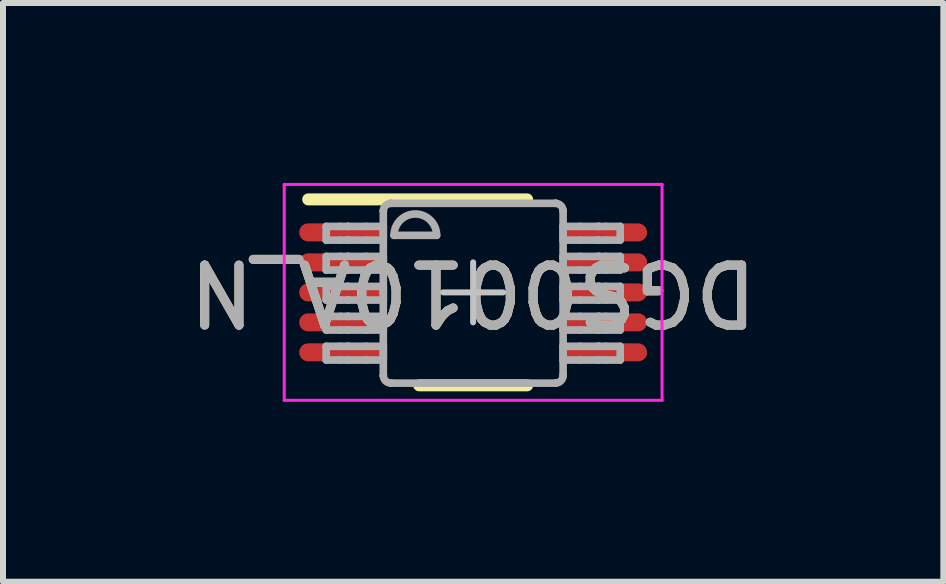
<source format=kicad_pcb>
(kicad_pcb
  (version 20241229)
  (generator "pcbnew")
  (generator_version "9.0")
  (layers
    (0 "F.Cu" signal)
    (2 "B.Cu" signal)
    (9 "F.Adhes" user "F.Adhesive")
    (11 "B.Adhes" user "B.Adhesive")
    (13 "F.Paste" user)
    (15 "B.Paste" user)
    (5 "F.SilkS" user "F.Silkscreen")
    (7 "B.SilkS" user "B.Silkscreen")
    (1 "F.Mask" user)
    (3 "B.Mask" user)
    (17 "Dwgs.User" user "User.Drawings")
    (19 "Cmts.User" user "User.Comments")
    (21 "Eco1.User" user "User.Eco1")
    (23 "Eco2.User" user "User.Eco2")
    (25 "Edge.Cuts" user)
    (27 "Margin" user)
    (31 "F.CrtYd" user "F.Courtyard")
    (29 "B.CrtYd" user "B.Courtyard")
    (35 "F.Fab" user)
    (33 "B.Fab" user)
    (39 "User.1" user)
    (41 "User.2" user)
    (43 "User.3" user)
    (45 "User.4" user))
  (footprint "DGS0010A_N"
    (layer "F.Cu")
    (at 4.839 1.825)
    (property "Reference" "DGS0010A_N" (at 0 0 180) (unlocked yes) (layer "F.SilkS") (effects (font (size 1 1) (thickness 0.15))))
    (attr smd)
    (fp_line (start -2.75 -1.55) (end 0.9 -1.55) (stroke (width 0.2) (type solid)) (layer "F.SilkS"))
    (fp_line (start -0.9 1.55) (end 0.9 1.55) (stroke (width 0.2) (type solid)) (layer "F.SilkS"))
    (fp_line (start -0.5 0) (end 0.5 0) (stroke (width 0.1) (type solid)) (layer "Dwgs.User"))
    (fp_line (start -0.000003 0.5) (end -0.000003 -0.5) (stroke (width 0.1) (type solid)) (layer "Dwgs.User"))
    (fp_line (start -3.15 -1.8) (end 3.15 -1.8) (stroke (width 0.05) (type solid)) (layer "F.CrtYd"))
    (fp_line (start -3.15 1.8) (end -3.15 -1.8) (stroke (width 0.05) (type solid)) (layer "F.CrtYd"))
    (fp_line (start -3.15 1.8) (end 3.15 1.8) (stroke (width 0.05) (type solid)) (layer "F.CrtYd"))
    (fp_line (start 3.15 1.8) (end 3.15 -1.8) (stroke (width 0.05) (type solid)) (layer "F.CrtYd"))
    (fp_line (start -2.45 -1.1) (end -2.21 -1.1) (stroke (width 0.127) (type solid)) (layer "F.Fab"))
    (fp_line (start -2.45 -0.871) (end -2.45 -1.1) (stroke (width 0.127) (type solid)) (layer "F.Fab"))
    (fp_line (start -2.45 -0.871) (end -2.21 -0.871) (stroke (width 0.127) (type solid)) (layer "F.Fab"))
    (fp_line (start -2.45 -0.6) (end -2.21 -0.6) (stroke (width 0.127) (type solid)) (layer "F.Fab"))
    (fp_line (start -2.45 -0.372) (end -2.45 -0.6) (stroke (width 0.127) (type solid)) (layer "F.Fab"))
    (fp_line (start -2.45 -0.372) (end -2.21 -0.372) (stroke (width 0.127) (type solid)) (layer "F.Fab"))
    (fp_line (start -2.45 -0.1) (end -2.21 -0.1) (stroke (width 0.127) (type solid)) (layer "F.Fab"))
    (fp_line (start -2.45 0.128) (end -2.45 -0.1) (stroke (width 0.127) (type solid)) (layer "F.Fab"))
    (fp_line (start -2.45 0.128) (end -2.21 0.128) (stroke (width 0.127) (type solid)) (layer "F.Fab"))
    (fp_line (start -2.45 0.4) (end -2.21 0.4) (stroke (width 0.127) (type solid)) (layer "F.Fab"))
    (fp_line (start -2.45 0.628) (end -2.45 0.4) (stroke (width 0.127) (type solid)) (layer "F.Fab"))
    (fp_line (start -2.45 0.628) (end -2.21 0.628) (stroke (width 0.127) (type solid)) (layer "F.Fab"))
    (fp_line (start -2.45 0.899) (end -2.21 0.899) (stroke (width 0.127) (type solid)) (layer "F.Fab"))
    (fp_line (start -2.45 1.128) (end -2.45 0.899) (stroke (width 0.127) (type solid)) (layer "F.Fab"))
    (fp_line (start -2.45 1.128) (end -2.21 1.128) (stroke (width 0.127) (type solid)) (layer "F.Fab"))
    (fp_line (start -2.21 -1.1) (end -2.09 -1.1) (stroke (width 0.127) (type solid)) (layer "F.Fab"))
    (fp_line (start -2.21 -0.871) (end -2.09 -0.871) (stroke (width 0.127) (type solid)) (layer "F.Fab"))
    (fp_line (start -2.21 -0.6) (end -2.09 -0.6) (stroke (width 0.127) (type solid)) (layer "F.Fab"))
    (fp_line (start -2.21 -0.372) (end -2.09 -0.372) (stroke (width 0.127) (type solid)) (layer "F.Fab"))
    (fp_line (start -2.21 -0.1) (end -2.09 -0.1) (stroke (width 0.127) (type solid)) (layer "F.Fab"))
    (fp_line (start -2.21 0.128) (end -2.09 0.128) (stroke (width 0.127) (type solid)) (layer "F.Fab"))
    (fp_line (start -2.21 0.4) (end -2.09 0.4) (stroke (width 0.127) (type solid)) (layer "F.Fab"))
    (fp_line (start -2.21 0.628) (end -2.09 0.628) (stroke (width 0.127) (type solid)) (layer "F.Fab"))
    (fp_line (start -2.21 0.899) (end -2.09 0.899) (stroke (width 0.127) (type solid)) (layer "F.Fab"))
    (fp_line (start -2.21 1.128) (end -2.09 1.128) (stroke (width 0.127) (type solid)) (layer "F.Fab"))
    (fp_line (start -2.09 -1.1) (end -2.087 -1.1) (stroke (width 0.127) (type solid)) (layer "F.Fab"))
    (fp_line (start -2.09 -0.871) (end -2.087 -0.871) (stroke (width 0.127) (type solid)) (layer "F.Fab"))
    (fp_line (start -2.09 -0.6) (end -2.087 -0.6) (stroke (width 0.127) (type solid)) (layer "F.Fab"))
    (fp_line (start -2.09 -0.372) (end -2.087 -0.372) (stroke (width 0.127) (type solid)) (layer "F.Fab"))
    (fp_line (start -2.09 -0.1) (end -2.087 -0.1) (stroke (width 0.127) (type solid)) (layer "F.Fab"))
    (fp_line (start -2.09 0.128) (end -2.087 0.128) (stroke (width 0.127) (type solid)) (layer "F.Fab"))
    (fp_line (start -2.09 0.4) (end -2.087 0.4) (stroke (width 0.127) (type solid)) (layer "F.Fab"))
    (fp_line (start -2.09 0.628) (end -2.087 0.628) (stroke (width 0.127) (type solid)) (layer "F.Fab"))
    (fp_line (start -2.09 0.899) (end -2.087 0.899) (stroke (width 0.127) (type solid)) (layer "F.Fab"))
    (fp_line (start -2.09 1.128) (end -2.087 1.128) (stroke (width 0.127) (type solid)) (layer "F.Fab"))
    (fp_line (start -2.087 -1.1) (end -1.784 -1.1) (stroke (width 0.127) (type solid)) (layer "F.Fab"))
    (fp_line (start -2.087 -0.871) (end -1.784 -0.871) (stroke (width 0.127) (type solid)) (layer "F.Fab"))
    (fp_line (start -2.087 -0.6) (end -1.784 -0.6) (stroke (width 0.127) (type solid)) (layer "F.Fab"))
    (fp_line (start -2.087 -0.372) (end -1.784 -0.372) (stroke (width 0.127) (type solid)) (layer "F.Fab"))
    (fp_line (start -2.087 -0.1) (end -1.784 -0.1) (stroke (width 0.127) (type solid)) (layer "F.Fab"))
    (fp_line (start -2.087 0.128) (end -1.784 0.128) (stroke (width 0.127) (type solid)) (layer "F.Fab"))
    (fp_line (start -2.087 0.4) (end -1.784 0.4) (stroke (width 0.127) (type solid)) (layer "F.Fab"))
    (fp_line (start -2.087 0.628) (end -1.784 0.628) (stroke (width 0.127) (type solid)) (layer "F.Fab"))
    (fp_line (start -2.087 0.899) (end -1.784 0.899) (stroke (width 0.127) (type solid)) (layer "F.Fab"))
    (fp_line (start -2.087 1.128) (end -1.784 1.128) (stroke (width 0.127) (type solid)) (layer "F.Fab"))
    (fp_line (start -1.784 -1.1) (end -1.498 -1.1) (stroke (width 0.127) (type solid)) (layer "F.Fab"))
    (fp_line (start -1.784 -0.871) (end -1.498 -0.871) (stroke (width 0.127) (type solid)) (layer "F.Fab"))
    (fp_line (start -1.784 -0.6) (end -1.498 -0.6) (stroke (width 0.127) (type solid)) (layer "F.Fab"))
    (fp_line (start -1.784 -0.372) (end -1.498 -0.372) (stroke (width 0.127) (type solid)) (layer "F.Fab"))
    (fp_line (start -1.784 -0.1) (end -1.498 -0.1) (stroke (width 0.127) (type solid)) (layer "F.Fab"))
    (fp_line (start -1.784 0.128) (end -1.498 0.128) (stroke (width 0.127) (type solid)) (layer "F.Fab"))
    (fp_line (start -1.784 0.4) (end -1.498 0.4) (stroke (width 0.127) (type solid)) (layer "F.Fab"))
    (fp_line (start -1.784 0.628) (end -1.498 0.628) (stroke (width 0.127) (type solid)) (layer "F.Fab"))
    (fp_line (start -1.784 0.899) (end -1.498 0.899) (stroke (width 0.127) (type solid)) (layer "F.Fab"))
    (fp_line (start -1.784 1.128) (end -1.498 1.128) (stroke (width 0.127) (type solid)) (layer "F.Fab"))
    (fp_line (start -1.498 -1.358) (end -1.497 -1.36) (stroke (width 0.127) (type solid)) (layer "F.Fab"))
    (fp_line (start -1.498 -0.871) (end -1.498 -1.1) (stroke (width 0.127) (type solid)) (layer "F.Fab"))
    (fp_line (start -1.498 -0.372) (end -1.498 -0.6) (stroke (width 0.127) (type solid)) (layer "F.Fab"))
    (fp_line (start -1.498 0.128) (end -1.498 -0.1) (stroke (width 0.127) (type solid)) (layer "F.Fab"))
    (fp_line (start -1.498 0.628) (end -1.498 0.4) (stroke (width 0.127) (type solid)) (layer "F.Fab"))
    (fp_line (start -1.498 1.128) (end -1.498 0.899) (stroke (width 0.127) (type solid)) (layer "F.Fab"))
    (fp_line (start -1.498 1.386) (end -1.498 -1.358) (stroke (width 0.127) (type solid)) (layer "F.Fab"))
    (fp_line (start -1.498 1.386) (end -1.497 1.388) (stroke (width 0.127) (type solid)) (layer "F.Fab"))
    (fp_line (start -1.373 -1.485) (end -1.371 -1.485) (stroke (width 0.127) (type solid)) (layer "F.Fab"))
    (fp_line (start -1.373 1.513) (end -1.371 1.513) (stroke (width 0.127) (type solid)) (layer "F.Fab"))
    (fp_line (start -1.371 -1.485) (end 1.373 -1.485) (stroke (width 0.127) (type solid)) (layer "F.Fab"))
    (fp_line (start -1.371 1.513) (end 1.373 1.513) (stroke (width 0.127) (type solid)) (layer "F.Fab"))
    (fp_line (start -1.32 -0.951) (end -0.609 -0.951) (stroke (width 0.127) (type solid)) (layer "F.Fab"))
    (fp_line (start 1.373 -1.485) (end 1.375 -1.485) (stroke (width 0.127) (type solid)) (layer "F.Fab"))
    (fp_line (start 1.373 1.513) (end 1.375 1.513) (stroke (width 0.127) (type solid)) (layer "F.Fab"))
    (fp_line (start 1.5 -1.36) (end 1.5 -1.358) (stroke (width 0.127) (type solid)) (layer "F.Fab"))
    (fp_line (start 1.5 1.388) (end 1.5 1.386) (stroke (width 0.127) (type solid)) (layer "F.Fab"))
    (fp_line (start 1.5 -1.1) (end 1.786 -1.1) (stroke (width 0.127) (type solid)) (layer "F.Fab"))
    (fp_line (start 1.5 -0.871) (end 1.5 -1.1) (stroke (width 0.127) (type solid)) (layer "F.Fab"))
    (fp_line (start 1.5 -0.871) (end 1.786 -0.871) (stroke (width 0.127) (type solid)) (layer "F.Fab"))
    (fp_line (start 1.5 -0.6) (end 1.786 -0.6) (stroke (width 0.127) (type solid)) (layer "F.Fab"))
    (fp_line (start 1.5 -0.372) (end 1.5 -0.6) (stroke (width 0.127) (type solid)) (layer "F.Fab"))
    (fp_line (start 1.5 -0.372) (end 1.786 -0.372) (stroke (width 0.127) (type solid)) (layer "F.Fab"))
    (fp_line (start 1.5 -0.1) (end 1.786 -0.1) (stroke (width 0.127) (type solid)) (layer "F.Fab"))
    (fp_line (start 1.5 0.128) (end 1.5 -0.1) (stroke (width 0.127) (type solid)) (layer "F.Fab"))
    (fp_line (start 1.5 0.128) (end 1.786 0.128) (stroke (width 0.127) (type solid)) (layer "F.Fab"))
    (fp_line (start 1.5 0.4) (end 1.786 0.4) (stroke (width 0.127) (type solid)) (layer "F.Fab"))
    (fp_line (start 1.5 0.628) (end 1.5 0.4) (stroke (width 0.127) (type solid)) (layer "F.Fab"))
    (fp_line (start 1.5 0.628) (end 1.786 0.628) (stroke (width 0.127) (type solid)) (layer "F.Fab"))
    (fp_line (start 1.5 0.899) (end 1.786 0.899) (stroke (width 0.127) (type solid)) (layer "F.Fab"))
    (fp_line (start 1.5 1.128) (end 1.5 0.899) (stroke (width 0.127) (type solid)) (layer "F.Fab"))
    (fp_line (start 1.5 1.128) (end 1.786 1.128) (stroke (width 0.127) (type solid)) (layer "F.Fab"))
    (fp_line (start 1.5 1.386) (end 1.5 -1.358) (stroke (width 0.127) (type solid)) (layer "F.Fab"))
    (fp_line (start 1.786 -1.1) (end 2.089 -1.1) (stroke (width 0.127) (type solid)) (layer "F.Fab"))
    (fp_line (start 1.786 -0.871) (end 2.089 -0.871) (stroke (width 0.127) (type solid)) (layer "F.Fab"))
    (fp_line (start 1.786 -0.6) (end 2.089 -0.6) (stroke (width 0.127) (type solid)) (layer "F.Fab"))
    (fp_line (start 1.786 -0.372) (end 2.089 -0.372) (stroke (width 0.127) (type solid)) (layer "F.Fab"))
    (fp_line (start 1.786 -0.1) (end 2.089 -0.1) (stroke (width 0.127) (type solid)) (layer "F.Fab"))
    (fp_line (start 1.786 0.128) (end 2.089 0.128) (stroke (width 0.127) (type solid)) (layer "F.Fab"))
    (fp_line (start 1.786 0.4) (end 2.089 0.4) (stroke (width 0.127) (type solid)) (layer "F.Fab"))
    (fp_line (start 1.786 0.628) (end 2.089 0.628) (stroke (width 0.127) (type solid)) (layer "F.Fab"))
    (fp_line (start 1.786 0.899) (end 2.089 0.899) (stroke (width 0.127) (type solid)) (layer "F.Fab"))
    (fp_line (start 1.786 1.128) (end 2.089 1.128) (stroke (width 0.127) (type solid)) (layer "F.Fab"))
    (fp_line (start 2.089 -1.1) (end 2.093 -1.1) (stroke (width 0.127) (type solid)) (layer "F.Fab"))
    (fp_line (start 2.089 -0.871) (end 2.093 -0.871) (stroke (width 0.127) (type solid)) (layer "F.Fab"))
    (fp_line (start 2.089 -0.6) (end 2.093 -0.6) (stroke (width 0.127) (type solid)) (layer "F.Fab"))
    (fp_line (start 2.089 -0.372) (end 2.093 -0.372) (stroke (width 0.127) (type solid)) (layer "F.Fab"))
    (fp_line (start 2.089 -0.1) (end 2.093 -0.1) (stroke (width 0.127) (type solid)) (layer "F.Fab"))
    (fp_line (start 2.089 0.128) (end 2.093 0.128) (stroke (width 0.127) (type solid)) (layer "F.Fab"))
    (fp_line (start 2.089 0.4) (end 2.093 0.4) (stroke (width 0.127) (type solid)) (layer "F.Fab"))
    (fp_line (start 2.089 0.628) (end 2.093 0.628) (stroke (width 0.127) (type solid)) (layer "F.Fab"))
    (fp_line (start 2.089 0.899) (end 2.093 0.899) (stroke (width 0.127) (type solid)) (layer "F.Fab"))
    (fp_line (start 2.089 1.128) (end 2.093 1.128) (stroke (width 0.127) (type solid)) (layer "F.Fab"))
    (fp_line (start 2.093 -1.1) (end 2.213 -1.1) (stroke (width 0.127) (type solid)) (layer "F.Fab"))
    (fp_line (start 2.093 -0.871) (end 2.213 -0.871) (stroke (width 0.127) (type solid)) (layer "F.Fab"))
    (fp_line (start 2.093 -0.6) (end 2.213 -0.6) (stroke (width 0.127) (type solid)) (layer "F.Fab"))
    (fp_line (start 2.093 -0.372) (end 2.213 -0.372) (stroke (width 0.127) (type solid)) (layer "F.Fab"))
    (fp_line (start 2.093 -0.1) (end 2.213 -0.1) (stroke (width 0.127) (type solid)) (layer "F.Fab"))
    (fp_line (start 2.093 0.128) (end 2.213 0.128) (stroke (width 0.127) (type solid)) (layer "F.Fab"))
    (fp_line (start 2.093 0.4) (end 2.213 0.4) (stroke (width 0.127) (type solid)) (layer "F.Fab"))
    (fp_line (start 2.093 0.628) (end 2.213 0.628) (stroke (width 0.127) (type solid)) (layer "F.Fab"))
    (fp_line (start 2.093 0.899) (end 2.213 0.899) (stroke (width 0.127) (type solid)) (layer "F.Fab"))
    (fp_line (start 2.093 1.128) (end 2.213 1.128) (stroke (width 0.127) (type solid)) (layer "F.Fab"))
    (fp_line (start 2.213 -1.1) (end 2.452 -1.1) (stroke (width 0.127) (type solid)) (layer "F.Fab"))
    (fp_line (start 2.213 -0.871) (end 2.452 -0.871) (stroke (width 0.127) (type solid)) (layer "F.Fab"))
    (fp_line (start 2.213 -0.6) (end 2.452 -0.6) (stroke (width 0.127) (type solid)) (layer "F.Fab"))
    (fp_line (start 2.213 -0.372) (end 2.452 -0.372) (stroke (width 0.127) (type solid)) (layer "F.Fab"))
    (fp_line (start 2.213 -0.1) (end 2.452 -0.1) (stroke (width 0.127) (type solid)) (layer "F.Fab"))
    (fp_line (start 2.213 0.128) (end 2.452 0.128) (stroke (width 0.127) (type solid)) (layer "F.Fab"))
    (fp_line (start 2.213 0.4) (end 2.452 0.4) (stroke (width 0.127) (type solid)) (layer "F.Fab"))
    (fp_line (start 2.213 0.628) (end 2.452 0.628) (stroke (width 0.127) (type solid)) (layer "F.Fab"))
    (fp_line (start 2.213 0.899) (end 2.452 0.899) (stroke (width 0.127) (type solid)) (layer "F.Fab"))
    (fp_line (start 2.213 1.128) (end 2.452 1.128) (stroke (width 0.127) (type solid)) (layer "F.Fab"))
    (fp_line (start 2.452 -0.871) (end 2.452 -1.1) (stroke (width 0.127) (type solid)) (layer "F.Fab"))
    (fp_line (start 2.452 -0.372) (end 2.452 -0.6) (stroke (width 0.127) (type solid)) (layer "F.Fab"))
    (fp_line (start 2.452 0.128) (end 2.452 -0.1) (stroke (width 0.127) (type solid)) (layer "F.Fab"))
    (fp_line (start 2.452 0.628) (end 2.452 0.4) (stroke (width 0.127) (type solid)) (layer "F.Fab"))
    (fp_line (start 2.452 1.128) (end 2.452 0.899) (stroke (width 0.127) (type solid)) (layer "F.Fab"))
    (fp_arc (start -1.49745 -1.360299) (mid -1.460292 -1.447355) (end -1.373243 -1.484531) (stroke (width 0.127) (type solid)) (layer "F.Fab"))
    (fp_arc (start -1.373243 1.512619) (mid -1.460293 1.475444) (end -1.49745 1.388386) (stroke (width 0.127) (type solid)) (layer "F.Fab"))
    (fp_arc (start -1.3197 -0.951156) (mid -0.9641 -1.306756) (end -0.6085 -0.951156) (stroke (width 0.127) (type solid)) (layer "F.Fab"))
    (fp_arc (start 1.375443 -1.484532) (mid 1.462528 -1.447382) (end 1.499675 -1.360299) (stroke (width 0.127) (type solid)) (layer "F.Fab"))
    (fp_arc (start 1.499675 1.388387) (mid 1.462493 1.475436) (end 1.375443 1.512619) (stroke (width 0.127) (type solid)) (layer "F.Fab"))
    (fp_text user "${REFERENCE}" (at 0 0 180) (unlocked yes) (layer "F.Fab") (effects (font (size 1 1) (thickness 0.15))))
    (pad "1" smd oval (at -2.225 -1 270) (size 0.3 1.35) (layers "F.Cu" "F.Mask" "F.Paste"))
    (pad "2" smd oval (at -2.225 -0.5 270) (size 0.3 1.35) (layers "F.Cu" "F.Mask" "F.Paste"))
    (pad "3" smd oval (at -2.225 0 270) (size 0.3 1.35) (layers "F.Cu" "F.Mask" "F.Paste"))
    (pad "4" smd oval (at -2.225 0.5 270) (size 0.3 1.35) (layers "F.Cu" "F.Mask" "F.Paste"))
    (pad "5" smd oval (at -2.225 1 270) (size 0.3 1.35) (layers "F.Cu" "F.Mask" "F.Paste"))
    (pad "6" smd oval (at 2.225 1 270) (size 0.3 1.35) (layers "F.Cu" "F.Mask" "F.Paste"))
    (pad "7" smd oval (at 2.225 0.5 270) (size 0.3 1.35) (layers "F.Cu" "F.Mask" "F.Paste"))
    (pad "8" smd oval (at 2.225 0 270) (size 0.3 1.35) (layers "F.Cu" "F.Mask" "F.Paste"))
    (pad "9" smd oval (at 2.225 -0.5 270) (size 0.3 1.35) (layers "F.Cu" "F.Mask" "F.Paste"))
    (pad "10" smd oval (at 2.225 -1 270) (size 0.3 1.35) (layers "F.Cu" "F.Mask" "F.Paste")))
  (gr_rect
    (start -3 -3)
    (end 12.679 6.65)
    (stroke (width 0.1) (type default))
    (fill no)
    (layer "Edge.Cuts")))
</source>
